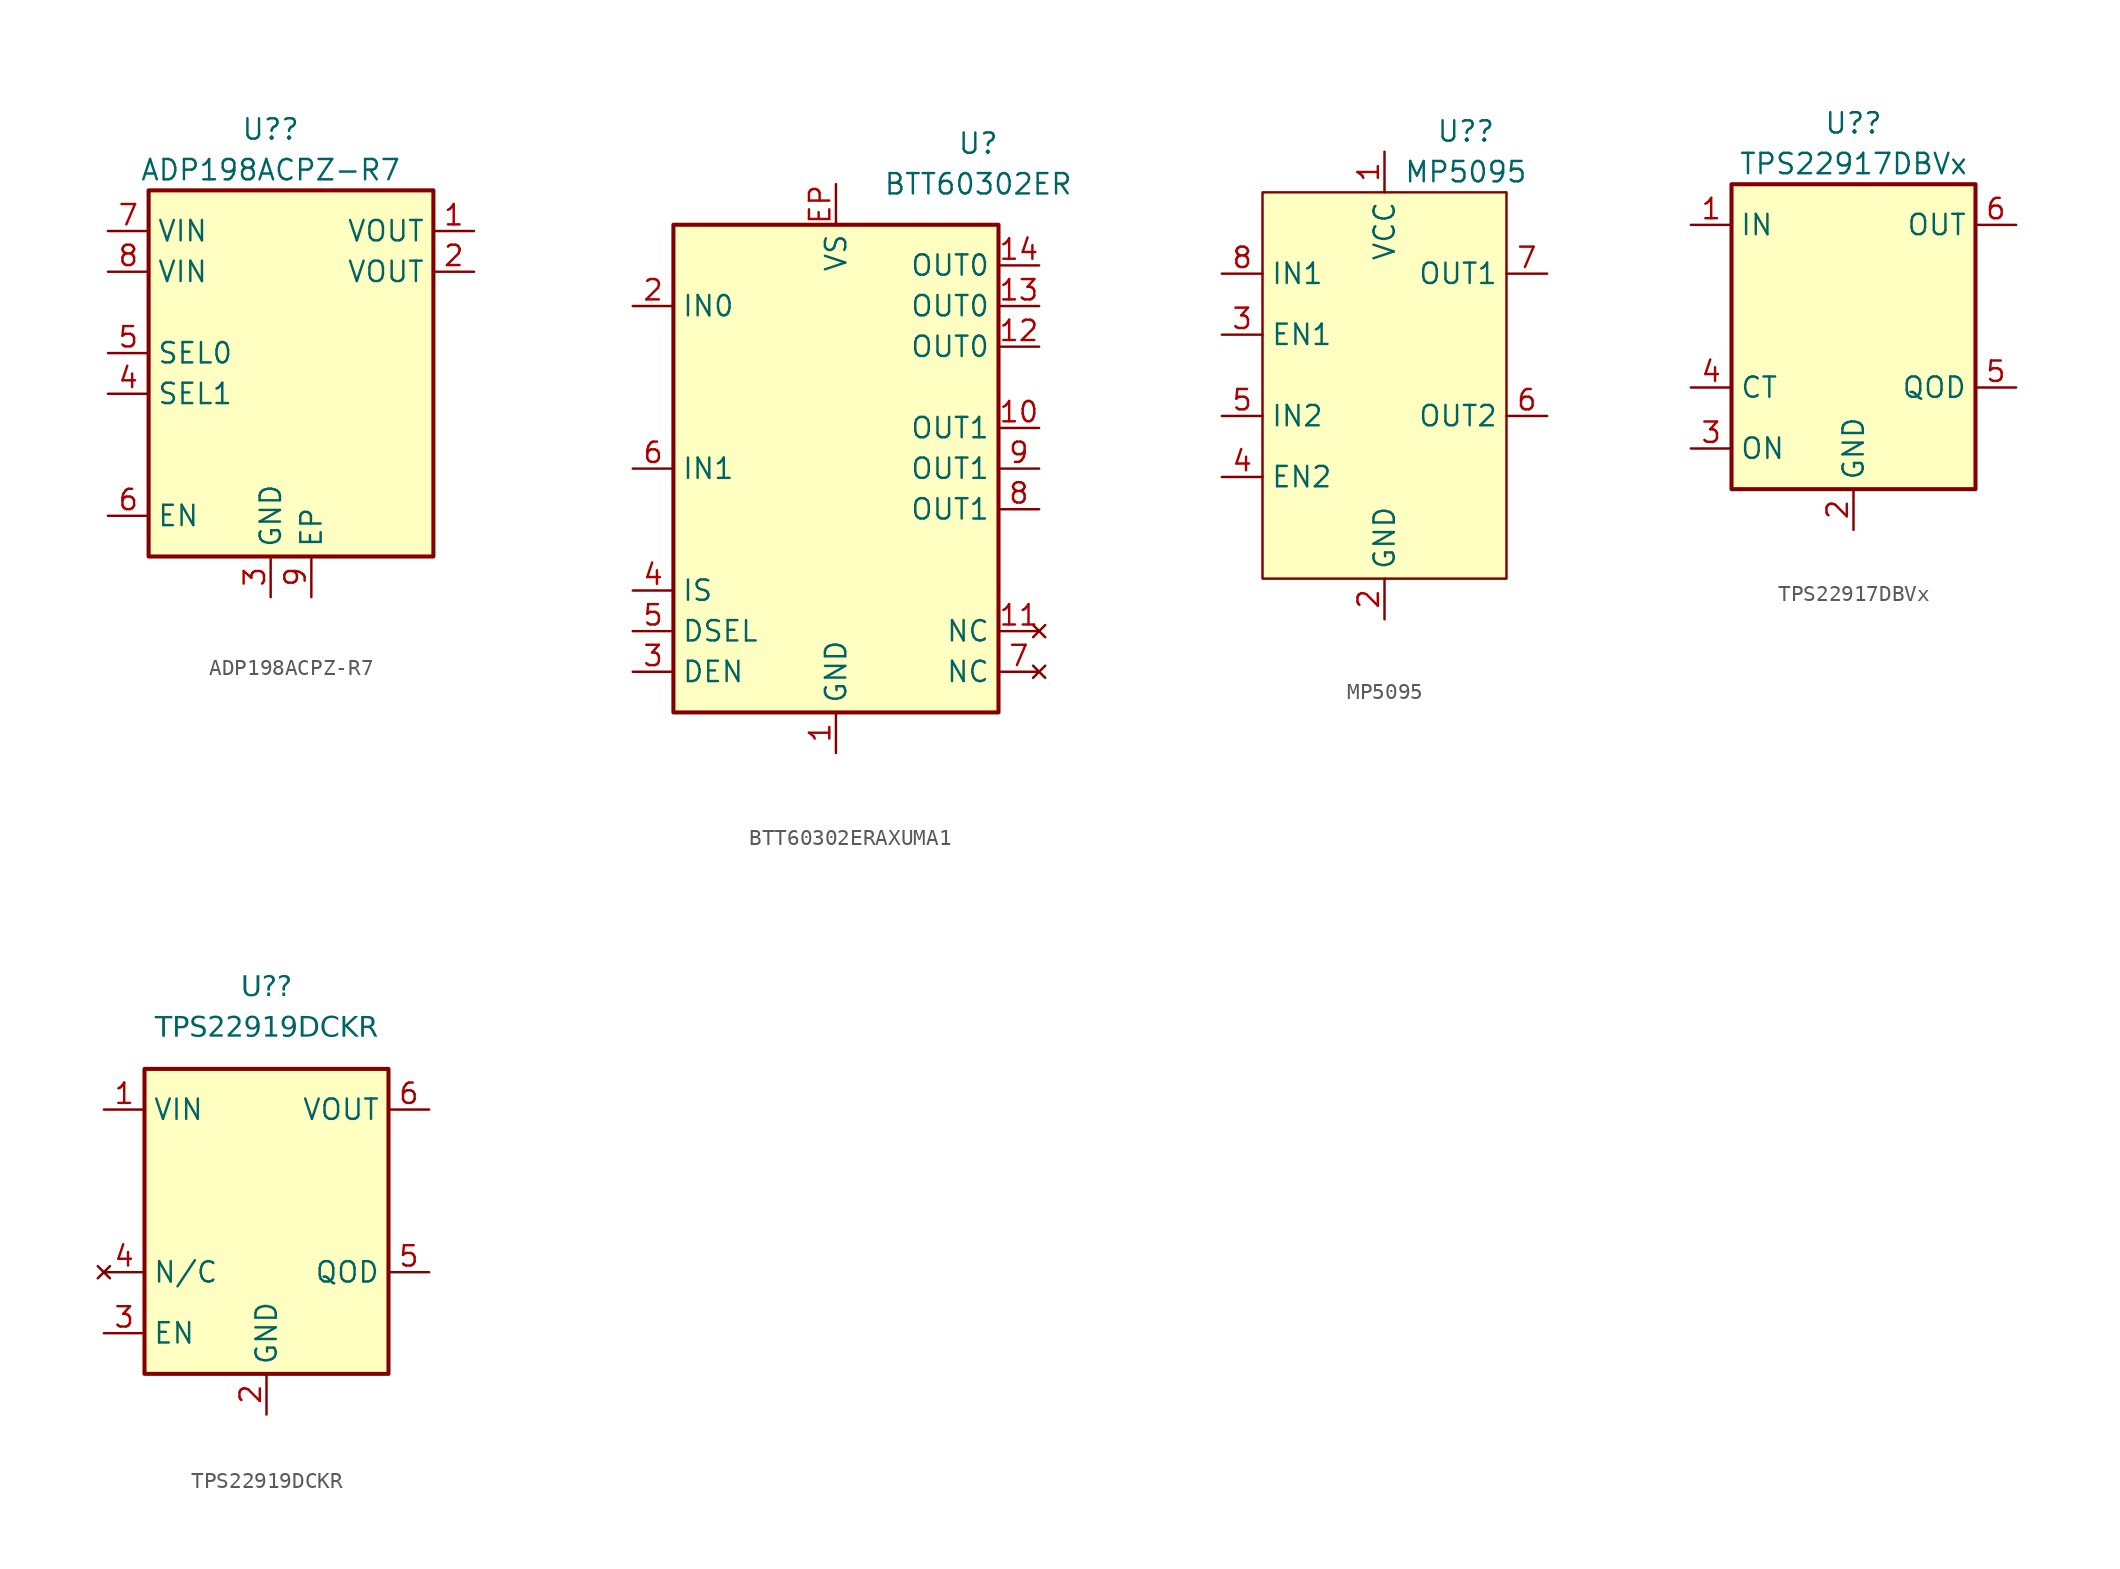
<source format=kicad_sym>
(kicad_symbol_lib
  (version 20220914)
  (generator kicad_symbol_editor)
  (symbol "ADP198ACPZ-R7"
    (property "Reference" "U?"
      (at 0 15.24 0)
      (effects (font (size 1.27 1.27))))
    (property "Value" "ADP198ACPZ-R7"
      (at 0 12.7 0)
      (effects (font (size 1.27 1.27))))
    (symbol "ADP198ACPZ-R7_1_1"
      (rectangle (start -7.62 11.43) (end 10.16 -11.43) (stroke (width 0.254) (type default)) (fill (type background)))
      (pin power_out line (at 12.7 8.89 180) (length 2.54) (name "VOUT" (effects (font (size 1.27 1.27)))) (number "1" (effects (font (size 1.27 1.27)))))
      (pin passive line (at 12.7 6.35 180) (length 2.54) (name "VOUT" (effects (font (size 1.27 1.27)))) (number "2" (effects (font (size 1.27 1.27)))))
      (pin power_in line (at 0 -13.97 90) (length 2.54) (name "GND" (effects (font (size 1.27 1.27)))) (number "3" (effects (font (size 1.27 1.27)))))
      (pin passive line (at -10.16 -1.27 0) (length 2.54) (name "SEL1" (effects (font (size 1.27 1.27)))) (number "4" (effects (font (size 1.27 1.27)))))
      (pin input line (at -10.16 1.27 0) (length 2.54) (name "SEL0" (effects (font (size 1.27 1.27)))) (number "5" (effects (font (size 1.27 1.27)))))
      (pin input line (at -10.16 -8.89 0) (length 2.54) (name "EN" (effects (font (size 1.27 1.27)))) (number "6" (effects (font (size 1.27 1.27)))))
      (pin power_in line (at -10.16 8.89 0) (length 2.54) (name "VIN" (effects (font (size 1.27 1.27)))) (number "7" (effects (font (size 1.27 1.27)))))
      (pin passive line (at -10.16 6.35 0) (length 2.54) (name "VIN" (effects (font (size 1.27 1.27)))) (number "8" (effects (font (size 1.27 1.27)))))
      (pin passive line (at 2.54 -13.97 90) (length 2.54) (name "EP" (effects (font (size 1.27 1.27)))) (number "9" (effects (font (size 1.27 1.27)))))))
  (symbol "BTT60302ERAXUMA1"
    (property "Reference" "U"
      (at 8.89 20.32 0)
      (do_not_autoplace)
      (effects (font (size 1.27 1.27))))
    (property "Value" "BTT60302ER"
      (at 8.89 17.78 0)
      (do_not_autoplace)
      (effects (font (size 1.27 1.27))))
    (symbol "BTT60302ERAXUMA1_0_1"
      (rectangle (start -10.16 15.24) (end 10.16 -15.24) (stroke (width 0.254) (type default)) (fill (type background))))
    (symbol "BTT60302ERAXUMA1_1_1"
      (pin power_in line (at 0 -17.78 90) (length 2.54) (name "GND" (effects (font (size 1.27 1.27)))) (number "1" (effects (font (size 1.27 1.27)))))
      (pin power_out line (at 12.7 2.54 180) (length 2.54) (name "OUT1" (effects (font (size 1.27 1.27)))) (number "10" (effects (font (size 1.27 1.27)))))
      (pin no_connect line (at 12.7 -10.16 180) (length 2.54) (name "NC" (effects (font (size 1.27 1.27)))) (number "11" (effects (font (size 1.27 1.27)))))
      (pin passive line (at 12.7 7.62 180) (length 2.54) (name "OUT0" (effects (font (size 1.27 1.27)))) (number "12" (effects (font (size 1.27 1.27)))))
      (pin passive line (at 12.7 10.16 180) (length 2.54) (name "OUT0" (effects (font (size 1.27 1.27)))) (number "13" (effects (font (size 1.27 1.27)))))
      (pin power_out line (at 12.7 12.7 180) (length 2.54) (name "OUT0" (effects (font (size 1.27 1.27)))) (number "14" (effects (font (size 1.27 1.27)))))
      (pin input line (at -12.7 10.16 0) (length 2.54) (name "IN0" (effects (font (size 1.27 1.27)))) (number "2" (effects (font (size 1.27 1.27)))))
      (pin input line (at -12.7 -12.7 0) (length 2.54) (name "DEN" (effects (font (size 1.27 1.27)))) (number "3" (effects (font (size 1.27 1.27)))))
      (pin output line (at -12.7 -7.62 0) (length 2.54) (name "IS" (effects (font (size 1.27 1.27)))) (number "4" (effects (font (size 1.27 1.27)))))
      (pin input line (at -12.7 -10.16 0) (length 2.54) (name "DSEL" (effects (font (size 1.27 1.27)))) (number "5" (effects (font (size 1.27 1.27)))))
      (pin input line (at -12.7 0 0) (length 2.54) (name "IN1" (effects (font (size 1.27 1.27)))) (number "6" (effects (font (size 1.27 1.27)))))
      (pin no_connect line (at 12.7 -12.7 180) (length 2.54) (name "NC" (effects (font (size 1.27 1.27)))) (number "7" (effects (font (size 1.27 1.27)))))
      (pin passive line (at 12.7 -2.54 180) (length 2.54) (name "OUT1" (effects (font (size 1.27 1.27)))) (number "8" (effects (font (size 1.27 1.27)))))
      (pin passive line (at 12.7 0 180) (length 2.54) (name "OUT1" (effects (font (size 1.27 1.27)))) (number "9" (effects (font (size 1.27 1.27)))))
      (pin power_in line (at 0 17.78 270) (length 2.54) (name "VS" (effects (font (size 1.27 1.27)))) (number "EP" (effects (font (size 1.27 1.27)))))))
  (symbol "MP5095"
    (property "Reference" "U?"
      (at 5.08 15.24 0)
      (effects (font (size 1.27 1.27))))
    (property "Value" "MP5095"
      (at 5.08 12.7 0)
      (effects (font (size 1.27 1.27))))
    (symbol "MP5095_0_0"
      (pin power_in line (at 0 13.97 270) (length 2.54) (name "VCC" (effects (font (size 1.27 1.27)))) (number "1" (effects (font (size 1.27 1.27)))))
      (pin power_in line (at 0 -15.24 90) (length 2.54) (name "GND" (effects (font (size 1.27 1.27)))) (number "2" (effects (font (size 1.27 1.27)))))
      (pin input line (at -10.16 2.54 0) (length 2.54) (name "EN1" (effects (font (size 1.27 1.27)))) (number "3" (effects (font (size 1.27 1.27)))))
      (pin input line (at -10.16 -6.35 0) (length 2.54) (name "EN2" (effects (font (size 1.27 1.27)))) (number "4" (effects (font (size 1.27 1.27)))))
      (pin power_in line (at -10.16 -2.54 0) (length 2.54) (name "IN2" (effects (font (size 1.27 1.27)))) (number "5" (effects (font (size 1.27 1.27)))))
      (pin power_out line (at 10.16 -2.54 180) (length 2.54) (name "OUT2" (effects (font (size 1.27 1.27)))) (number "6" (effects (font (size 1.27 1.27)))))
      (pin power_out line (at 10.16 6.35 180) (length 2.54) (name "OUT1" (effects (font (size 1.27 1.27)))) (number "7" (effects (font (size 1.27 1.27)))))
      (pin power_in line (at -10.16 6.35 0) (length 2.54) (name "IN1" (effects (font (size 1.27 1.27)))) (number "8" (effects (font (size 1.27 1.27))))))
    (symbol "MP5095_1_1"
      (rectangle (start -7.62 11.43) (end 7.62 -12.7) (stroke (width 0) (type default)) (fill (type background)))))
  (symbol "TPS22917DBVx"
    (property "Reference" "U?"
      (at 0 12.7 0)
      (effects (font (size 1.27 1.27))))
    (property "Value" "TPS22917DBVx"
      (at 0 10.16 0)
      (effects (font (size 1.27 1.27))))
    (symbol "TPS22917DBVx_1_1"
      (rectangle (start -7.62 8.89) (end 7.62 -10.16) (stroke (width 0.254) (type default)) (fill (type background)))
      (pin power_in line (at -10.16 6.35 0) (length 2.54) (name "IN" (effects (font (size 1.27 1.27)))) (number "1" (effects (font (size 1.27 1.27)))))
      (pin power_in line (at 0 -12.7 90) (length 2.54) (name "GND" (effects (font (size 1.27 1.27)))) (number "2" (effects (font (size 1.27 1.27)))))
      (pin input line (at -10.16 -7.62 0) (length 2.54) (name "ON" (effects (font (size 1.27 1.27)))) (number "3" (effects (font (size 1.27 1.27)))))
      (pin passive line (at -10.16 -3.81 0) (length 2.54) (name "CT" (effects (font (size 1.27 1.27)))) (number "4" (effects (font (size 1.27 1.27)))))
      (pin passive line (at 10.16 -3.81 180) (length 2.54) (name "QOD" (effects (font (size 1.27 1.27)))) (number "5" (effects (font (size 1.27 1.27)))))
      (pin power_out line (at 10.16 6.35 180) (length 2.54) (name "OUT" (effects (font (size 1.27 1.27)))) (number "6" (effects (font (size 1.27 1.27)))))))
  (symbol "TPS22919DCKR"
    (property "Reference" "U?"
      (at 0 12.7 0)
      (effects (font (face "Liberation Sans") (size 1.27 1.27))))
    (property "Value" "TPS22919DCKR"
      (at 0 10.16 0)
      (effects (font (face "Liberation Sans") (size 1.27 1.27))))
    (symbol "TPS22919DCKR_1_1"
      (rectangle (start -7.62 7.62) (end 7.62 -11.43) (stroke (width 0.254) (type default)) (fill (type background)))
      (pin power_in line (at -10.16 5.08 0) (length 2.54) (name "VIN" (effects (font (size 1.27 1.27)))) (number "1" (effects (font (size 1.27 1.27)))))
      (pin power_in line (at 0 -13.97 90) (length 2.54) (name "GND" (effects (font (size 1.27 1.27)))) (number "2" (effects (font (size 1.27 1.27)))))
      (pin input line (at -10.16 -8.89 0) (length 2.54) (name "EN" (effects (font (size 1.27 1.27)))) (number "3" (effects (font (size 1.27 1.27)))))
      (pin no_connect line (at -10.16 -5.08 0) (length 2.54) (name "N/C" (effects (font (size 1.27 1.27)))) (number "4" (effects (font (size 1.27 1.27)))))
      (pin open_collector line (at 10.16 -5.08 180) (length 2.54) (name "QOD" (effects (font (size 1.27 1.27)))) (number "5" (effects (font (size 1.27 1.27)))))
      (pin power_out line (at 10.16 5.08 180) (length 2.54) (name "VOUT" (effects (font (size 1.27 1.27)))) (number "6" (effects (font (size 1.27 1.27))))))))
</source>
